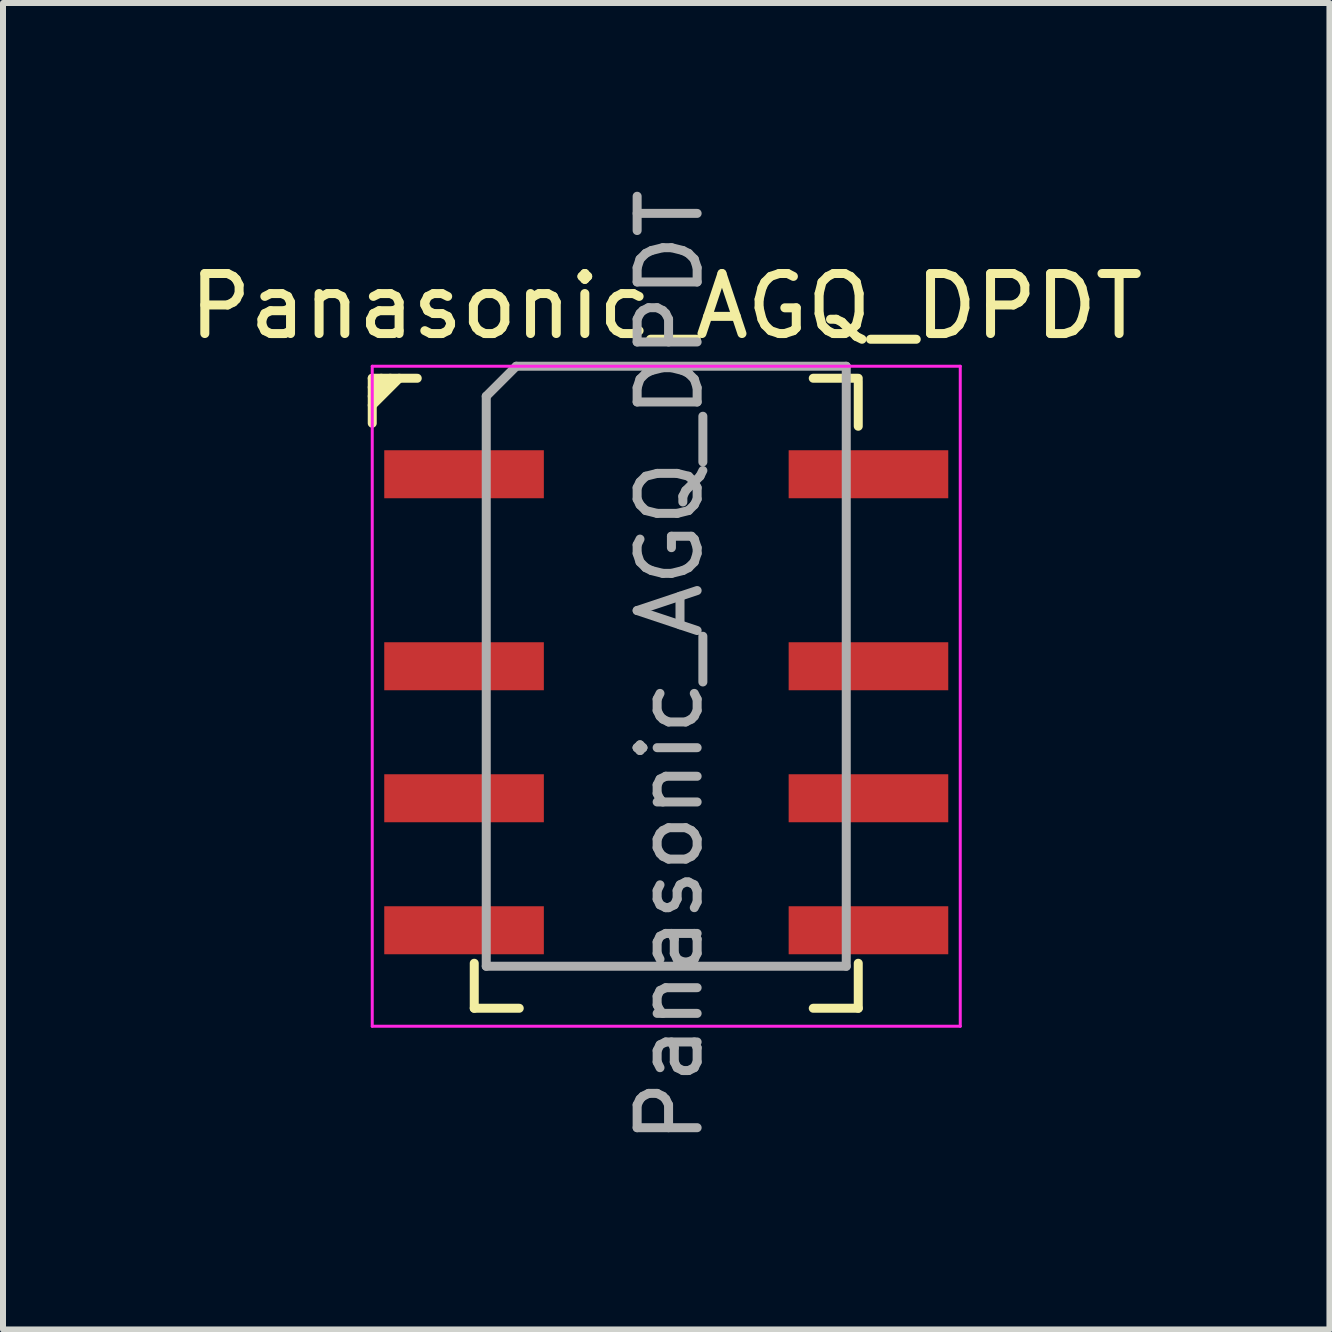
<source format=kicad_pcb>
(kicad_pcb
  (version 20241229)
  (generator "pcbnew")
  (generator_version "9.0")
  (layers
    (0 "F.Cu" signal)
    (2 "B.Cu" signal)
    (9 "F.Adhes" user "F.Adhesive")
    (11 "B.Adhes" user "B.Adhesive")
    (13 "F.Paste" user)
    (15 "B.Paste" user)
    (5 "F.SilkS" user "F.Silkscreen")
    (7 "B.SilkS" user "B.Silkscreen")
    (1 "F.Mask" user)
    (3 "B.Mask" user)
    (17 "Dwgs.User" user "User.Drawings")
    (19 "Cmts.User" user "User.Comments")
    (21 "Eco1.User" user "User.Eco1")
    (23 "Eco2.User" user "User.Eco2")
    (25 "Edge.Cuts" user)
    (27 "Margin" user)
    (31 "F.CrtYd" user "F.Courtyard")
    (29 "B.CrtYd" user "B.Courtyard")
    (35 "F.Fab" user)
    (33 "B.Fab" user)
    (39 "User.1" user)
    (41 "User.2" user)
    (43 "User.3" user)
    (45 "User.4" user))
  (footprint "Panasonic_AGQ_DPDT"
    (layer "F.Cu")
    (at 8.054 8.054)
    (property "Reference" "Panasonic_AGQ_DPDT" (at 0 -6 0) (layer "F.SilkS") (effects (font (size 1 1) (thickness 0.15))))
    (attr smd)
    (fp_line (start -4.9 -4.8) (end -4.9 -4.05) (stroke (width 0.15) (type solid)) (layer "F.SilkS"))
    (fp_line (start -4.75 -4.8) (end -4.9 -4.65) (stroke (width 0.15) (type solid)) (layer "F.SilkS"))
    (fp_line (start -4.6 -4.8) (end -4.9 -4.5) (stroke (width 0.15) (type solid)) (layer "F.SilkS"))
    (fp_line (start -4.45 -4.8) (end -4.9 -4.35) (stroke (width 0.15) (type solid)) (layer "F.SilkS"))
    (fp_line (start -4.15 -4.8) (end -4.9 -4.8) (stroke (width 0.15) (type solid)) (layer "F.SilkS"))
    (fp_line (start -3.2 4.95) (end -3.2 5.7) (stroke (width 0.15) (type solid)) (layer "F.SilkS"))
    (fp_line (start -3.2 5.7) (end -2.45 5.7) (stroke (width 0.15) (type solid)) (layer "F.SilkS"))
    (fp_line (start 2.45 -4.8) (end 3.2 -4.8) (stroke (width 0.15) (type solid)) (layer "F.SilkS"))
    (fp_line (start 2.45 5.7) (end 3.2 5.7) (stroke (width 0.15) (type solid)) (layer "F.SilkS"))
    (fp_line (start 3.2 -4.75) (end 3.2 -4) (stroke (width 0.15) (type solid)) (layer "F.SilkS"))
    (fp_line (start 3.2 4.95) (end 3.2 5.7) (stroke (width 0.15) (type solid)) (layer "F.SilkS"))
    (fp_line (start -4.9 -5) (end -4.9 6) (stroke (width 0.05) (type solid)) (layer "F.CrtYd"))
    (fp_line (start -4.9 6) (end 4.9 6) (stroke (width 0.05) (type solid)) (layer "F.CrtYd"))
    (fp_line (start 4.9 -5) (end -4.9 -5) (stroke (width 0.05) (type solid)) (layer "F.CrtYd"))
    (fp_line (start 4.9 6) (end 4.9 -5) (stroke (width 0.05) (type solid)) (layer "F.CrtYd"))
    (fp_line (start -3 -4.5) (end -2.5 -5) (stroke (width 0.15) (type solid)) (layer "F.Fab"))
    (fp_line (start -3 5) (end -3 -4.5) (stroke (width 0.15) (type solid)) (layer "F.Fab"))
    (fp_line (start -2.5 -5) (end 3 -5) (stroke (width 0.15) (type solid)) (layer "F.Fab"))
    (fp_line (start 3 -5) (end 3 5) (stroke (width 0.15) (type solid)) (layer "F.Fab"))
    (fp_line (start 3 5) (end -3 5) (stroke (width 0.15) (type solid)) (layer "F.Fab"))
    (fp_text user "${REFERENCE}" (at 0.06 0 90) (layer "F.Fab") (effects (font (size 1 1) (thickness 0.15))))
    (pad "1" smd rect (at -3.37 -3.2) (size 2.66 0.8) (layers "F.Cu" "F.Mask" "F.Paste"))
    (pad "2" smd rect (at -3.37 0) (size 2.66 0.8) (layers "F.Cu" "F.Mask" "F.Paste"))
    (pad "3" smd rect (at -3.37 2.2) (size 2.66 0.8) (layers "F.Cu" "F.Mask" "F.Paste"))
    (pad "4" smd rect (at -3.37 4.4) (size 2.66 0.8) (layers "F.Cu" "F.Mask" "F.Paste"))
    (pad "5" smd rect (at 3.37 4.4) (size 2.66 0.8) (layers "F.Cu" "F.Mask" "F.Paste"))
    (pad "6" smd rect (at 3.37 2.2) (size 2.66 0.8) (layers "F.Cu" "F.Mask" "F.Paste"))
    (pad "7" smd rect (at 3.37 0) (size 2.66 0.8) (layers "F.Cu" "F.Mask" "F.Paste"))
    (pad "8" smd rect (at 3.37 -3.2) (size 2.66 0.8) (layers "F.Cu" "F.Mask" "F.Paste")))
  (gr_rect
    (start -3 -3)
    (end 19.107 19.107)
    (stroke (width 0.1) (type default))
    (fill no)
    (layer "Edge.Cuts")))
</source>
